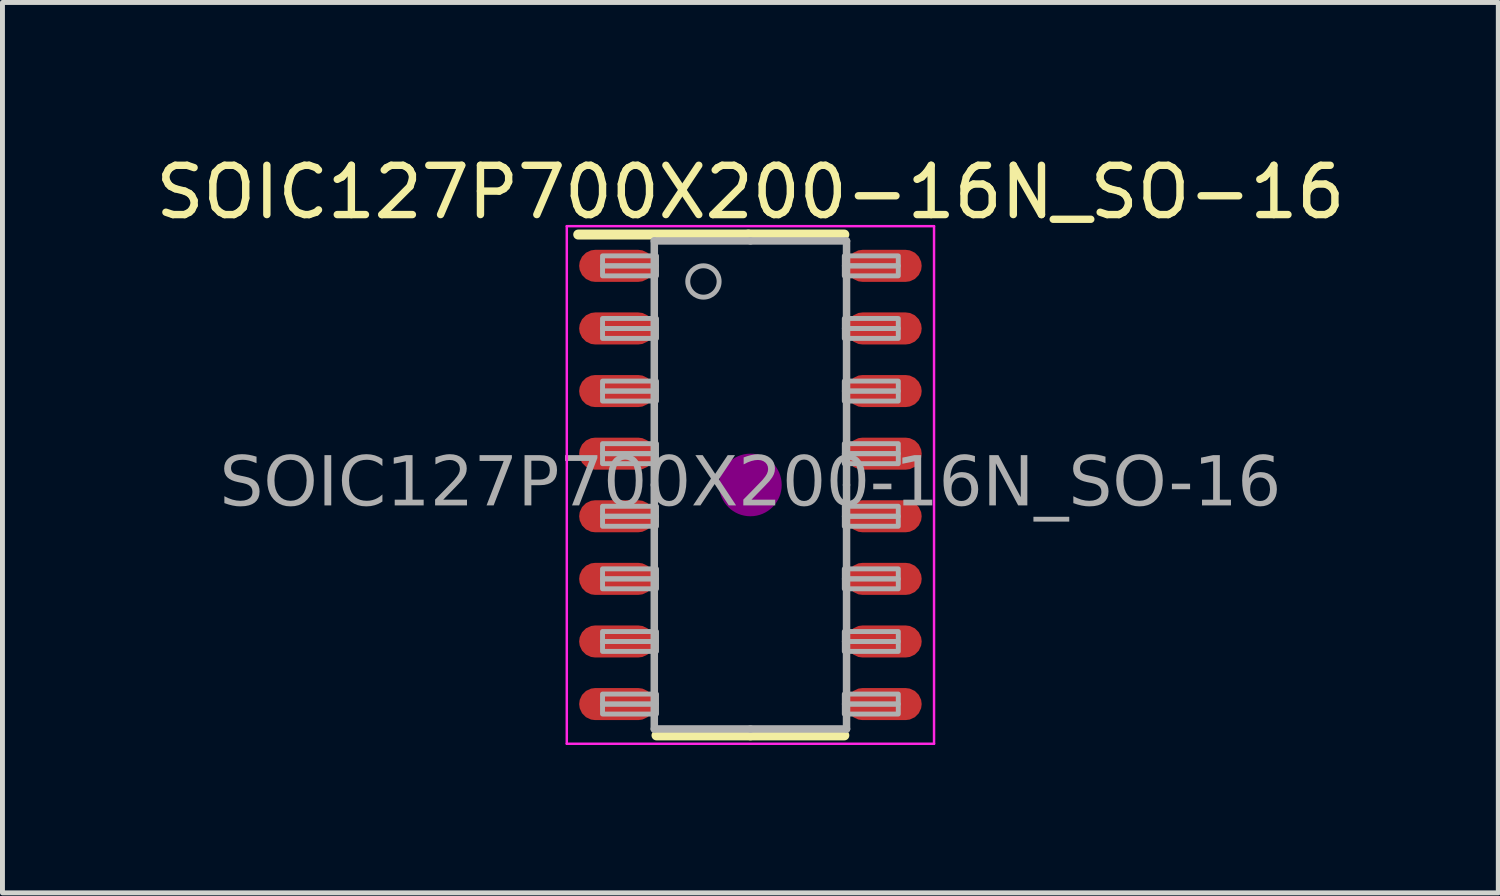
<source format=kicad_pcb>
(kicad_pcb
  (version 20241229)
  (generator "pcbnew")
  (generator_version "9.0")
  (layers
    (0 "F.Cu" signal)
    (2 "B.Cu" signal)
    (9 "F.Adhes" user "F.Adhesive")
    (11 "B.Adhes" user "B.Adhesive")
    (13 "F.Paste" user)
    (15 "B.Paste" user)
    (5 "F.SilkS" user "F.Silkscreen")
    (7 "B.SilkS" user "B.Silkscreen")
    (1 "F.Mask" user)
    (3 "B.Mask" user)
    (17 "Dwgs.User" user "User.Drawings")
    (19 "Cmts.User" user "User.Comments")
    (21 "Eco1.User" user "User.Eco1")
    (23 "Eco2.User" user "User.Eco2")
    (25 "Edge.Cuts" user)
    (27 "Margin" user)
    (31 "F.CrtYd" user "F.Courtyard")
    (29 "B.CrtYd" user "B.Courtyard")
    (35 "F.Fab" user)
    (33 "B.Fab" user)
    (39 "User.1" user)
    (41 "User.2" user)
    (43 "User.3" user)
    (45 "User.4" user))
  (footprint "SOIC127P700X200-16N_SO-16"
    (layer "F.Cu")
    (at 12.173 6.788)
    (property "Reference" "SOIC127P700X200-16N_SO-16" (at 0 -5.94 0) (layer "F.SilkS") (effects (font (size 1 1) (thickness 0.15))))
    (attr smd)
    (fp_line (start -0.043 -5.08) (end -3.493 -5.08) (stroke (width 0.203) (type solid)) (layer "F.SilkS"))
    (fp_line (start -0.043 -5.08) (end 1.905 -5.08) (stroke (width 0.203) (type solid)) (layer "F.SilkS"))
    (fp_line (start 0 5.08) (end -1.905 5.08) (stroke (width 0.203) (type solid)) (layer "F.SilkS"))
    (fp_line (start 0 5.08) (end 1.905 5.08) (stroke (width 0.203) (type solid)) (layer "F.SilkS"))
    (fp_circle (center 0 0) (end 0.635 0) (stroke (width 0) (type solid)) (fill yes) (layer "F.Adhes"))
    (fp_line (start -3.725 -5.25) (end 3.725 -5.25) (stroke (width 0.05) (type solid)) (layer "F.CrtYd"))
    (fp_line (start -3.725 5.25) (end -3.725 -5.25) (stroke (width 0.05) (type solid)) (layer "F.CrtYd"))
    (fp_line (start 3.725 -5.25) (end 3.725 5.25) (stroke (width 0.05) (type solid)) (layer "F.CrtYd"))
    (fp_line (start 3.725 5.25) (end -3.725 5.25) (stroke (width 0.05) (type solid)) (layer "F.CrtYd"))
    (fp_line (start -1.95 0) (end -1.95 -4.95) (stroke (width 0.152) (type solid)) (layer "F.Fab"))
    (fp_line (start -1.95 0) (end -1.95 4.95) (stroke (width 0.152) (type solid)) (layer "F.Fab"))
    (fp_line (start 0 -4.95) (end -1.95 -4.95) (stroke (width 0.152) (type solid)) (layer "F.Fab"))
    (fp_line (start 0 -4.95) (end 1.95 -4.95) (stroke (width 0.152) (type solid)) (layer "F.Fab"))
    (fp_line (start 0 4.95) (end -1.95 4.95) (stroke (width 0.152) (type solid)) (layer "F.Fab"))
    (fp_line (start 0 4.95) (end 1.95 4.95) (stroke (width 0.152) (type solid)) (layer "F.Fab"))
    (fp_line (start 1.95 0) (end 1.95 -4.95) (stroke (width 0.152) (type solid)) (layer "F.Fab"))
    (fp_line (start 1.95 0) (end 1.95 4.95) (stroke (width 0.152) (type solid)) (layer "F.Fab"))
    (fp_rect (start -3 -4.647) (end -1.905 -4.445) (stroke (width 0.1) (type solid)) (fill no) (layer "F.Fab"))
    (fp_rect (start -3 -4.242) (end -1.905 -4.445) (stroke (width 0.1) (type solid)) (fill no) (layer "F.Fab"))
    (fp_rect (start -3 -3.377) (end -1.905 -3.175) (stroke (width 0.1) (type solid)) (fill no) (layer "F.Fab"))
    (fp_rect (start -3 -2.973) (end -1.905 -3.175) (stroke (width 0.1) (type solid)) (fill no) (layer "F.Fab"))
    (fp_rect (start -3 -2.107) (end -1.905 -1.905) (stroke (width 0.1) (type solid)) (fill no) (layer "F.Fab"))
    (fp_rect (start -3 -1.702) (end -1.905 -1.905) (stroke (width 0.1) (type solid)) (fill no) (layer "F.Fab"))
    (fp_rect (start -3 -0.838) (end -1.905 -0.635) (stroke (width 0.1) (type solid)) (fill no) (layer "F.Fab"))
    (fp_rect (start -3 -0.432) (end -1.905 -0.635) (stroke (width 0.1) (type solid)) (fill no) (layer "F.Fab"))
    (fp_rect (start -3 0.432) (end -1.905 0.635) (stroke (width 0.1) (type solid)) (fill no) (layer "F.Fab"))
    (fp_rect (start -3 0.838) (end -1.905 0.635) (stroke (width 0.1) (type solid)) (fill no) (layer "F.Fab"))
    (fp_rect (start -3 1.702) (end -1.905 1.905) (stroke (width 0.1) (type solid)) (fill no) (layer "F.Fab"))
    (fp_rect (start -3 2.107) (end -1.905 1.905) (stroke (width 0.1) (type solid)) (fill no) (layer "F.Fab"))
    (fp_rect (start -3 2.973) (end -1.905 3.175) (stroke (width 0.1) (type solid)) (fill no) (layer "F.Fab"))
    (fp_rect (start -3 3.377) (end -1.905 3.175) (stroke (width 0.1) (type solid)) (fill no) (layer "F.Fab"))
    (fp_rect (start -3 4.242) (end -1.905 4.445) (stroke (width 0.1) (type solid)) (fill no) (layer "F.Fab"))
    (fp_rect (start -3 4.647) (end -1.905 4.445) (stroke (width 0.1) (type solid)) (fill no) (layer "F.Fab"))
    (fp_rect (start 3 -4.647) (end 1.905 -4.445) (stroke (width 0.1) (type solid)) (fill no) (layer "F.Fab"))
    (fp_rect (start 3 -4.242) (end 1.905 -4.445) (stroke (width 0.1) (type solid)) (fill no) (layer "F.Fab"))
    (fp_rect (start 3 -3.377) (end 1.905 -3.175) (stroke (width 0.1) (type solid)) (fill no) (layer "F.Fab"))
    (fp_rect (start 3 -2.973) (end 1.905 -3.175) (stroke (width 0.1) (type solid)) (fill no) (layer "F.Fab"))
    (fp_rect (start 3 -2.107) (end 1.905 -1.905) (stroke (width 0.1) (type solid)) (fill no) (layer "F.Fab"))
    (fp_rect (start 3 -1.702) (end 1.905 -1.905) (stroke (width 0.1) (type solid)) (fill no) (layer "F.Fab"))
    (fp_rect (start 3 -0.838) (end 1.905 -0.635) (stroke (width 0.1) (type solid)) (fill no) (layer "F.Fab"))
    (fp_rect (start 3 -0.432) (end 1.905 -0.635) (stroke (width 0.1) (type solid)) (fill no) (layer "F.Fab"))
    (fp_rect (start 3 0.432) (end 1.905 0.635) (stroke (width 0.1) (type solid)) (fill no) (layer "F.Fab"))
    (fp_rect (start 3 0.838) (end 1.905 0.635) (stroke (width 0.1) (type solid)) (fill no) (layer "F.Fab"))
    (fp_rect (start 3 1.702) (end 1.905 1.905) (stroke (width 0.1) (type solid)) (fill no) (layer "F.Fab"))
    (fp_rect (start 3 2.107) (end 1.905 1.905) (stroke (width 0.1) (type solid)) (fill no) (layer "F.Fab"))
    (fp_rect (start 3 2.973) (end 1.905 3.175) (stroke (width 0.1) (type solid)) (fill no) (layer "F.Fab"))
    (fp_rect (start 3 3.377) (end 1.905 3.175) (stroke (width 0.1) (type solid)) (fill no) (layer "F.Fab"))
    (fp_rect (start 3 4.242) (end 1.905 4.445) (stroke (width 0.1) (type solid)) (fill no) (layer "F.Fab"))
    (fp_rect (start 3 4.647) (end 1.905 4.445) (stroke (width 0.1) (type solid)) (fill no) (layer "F.Fab"))
    (fp_circle (center -0.953 -4.128) (end -0.635 -4.128) (stroke (width 0.1) (type solid)) (fill no) (layer "F.Fab"))
    (fp_text user "${REFERENCE}" (at 0 0 0) (layer "F.Fab") (effects (font (face "Tahoma") (size 1 1) (thickness 0.15))))
    (pad "1" smd roundrect (at -2.712 -4.445 90) (size 0.65 1.525) (layers "F.Cu" "F.Mask" "F.Paste") (roundrect_rratio 0.5))
    (pad "2" smd roundrect (at -2.712 -3.175 90) (size 0.65 1.525) (layers "F.Cu" "F.Mask" "F.Paste") (roundrect_rratio 0.5))
    (pad "3" smd roundrect (at -2.712 -1.905 90) (size 0.65 1.525) (layers "F.Cu" "F.Mask" "F.Paste") (roundrect_rratio 0.5))
    (pad "4" smd roundrect (at -2.712 -0.635 90) (size 0.65 1.525) (layers "F.Cu" "F.Mask" "F.Paste") (roundrect_rratio 0.5))
    (pad "5" smd roundrect (at -2.712 0.635 90) (size 0.65 1.525) (layers "F.Cu" "F.Mask" "F.Paste") (roundrect_rratio 0.5))
    (pad "6" smd roundrect (at -2.712 1.905 90) (size 0.65 1.525) (layers "F.Cu" "F.Mask" "F.Paste") (roundrect_rratio 0.5))
    (pad "7" smd roundrect (at -2.712 3.175 90) (size 0.65 1.525) (layers "F.Cu" "F.Mask" "F.Paste") (roundrect_rratio 0.5))
    (pad "8" smd roundrect (at -2.712 4.445 90) (size 0.65 1.525) (layers "F.Cu" "F.Mask" "F.Paste") (roundrect_rratio 0.5))
    (pad "9" smd roundrect (at 2.712 4.445 90) (size 0.65 1.525) (layers "F.Cu" "F.Mask" "F.Paste") (roundrect_rratio 0.5))
    (pad "10" smd roundrect (at 2.712 3.175 90) (size 0.65 1.525) (layers "F.Cu" "F.Mask" "F.Paste") (roundrect_rratio 0.5))
    (pad "11" smd roundrect (at 2.712 1.905 90) (size 0.65 1.525) (layers "F.Cu" "F.Mask" "F.Paste") (roundrect_rratio 0.5))
    (pad "12" smd roundrect (at 2.712 0.635 90) (size 0.65 1.525) (layers "F.Cu" "F.Mask" "F.Paste") (roundrect_rratio 0.5))
    (pad "13" smd roundrect (at 2.712 -0.635 90) (size 0.65 1.525) (layers "F.Cu" "F.Mask" "F.Paste") (roundrect_rratio 0.5))
    (pad "14" smd roundrect (at 2.712 -1.905 90) (size 0.65 1.525) (layers "F.Cu" "F.Mask" "F.Paste") (roundrect_rratio 0.5))
    (pad "15" smd roundrect (at 2.712 -3.175 90) (size 0.65 1.525) (layers "F.Cu" "F.Mask" "F.Paste") (roundrect_rratio 0.5))
    (pad "16" smd roundrect (at 2.712 -4.445 90) (size 0.65 1.525) (layers "F.Cu" "F.Mask" "F.Paste") (roundrect_rratio 0.5)))
  (gr_rect
    (start -3 -3)
    (end 27.345 15.063)
    (stroke (width 0.1) (type default))
    (fill no)
    (layer "Edge.Cuts")))
</source>
